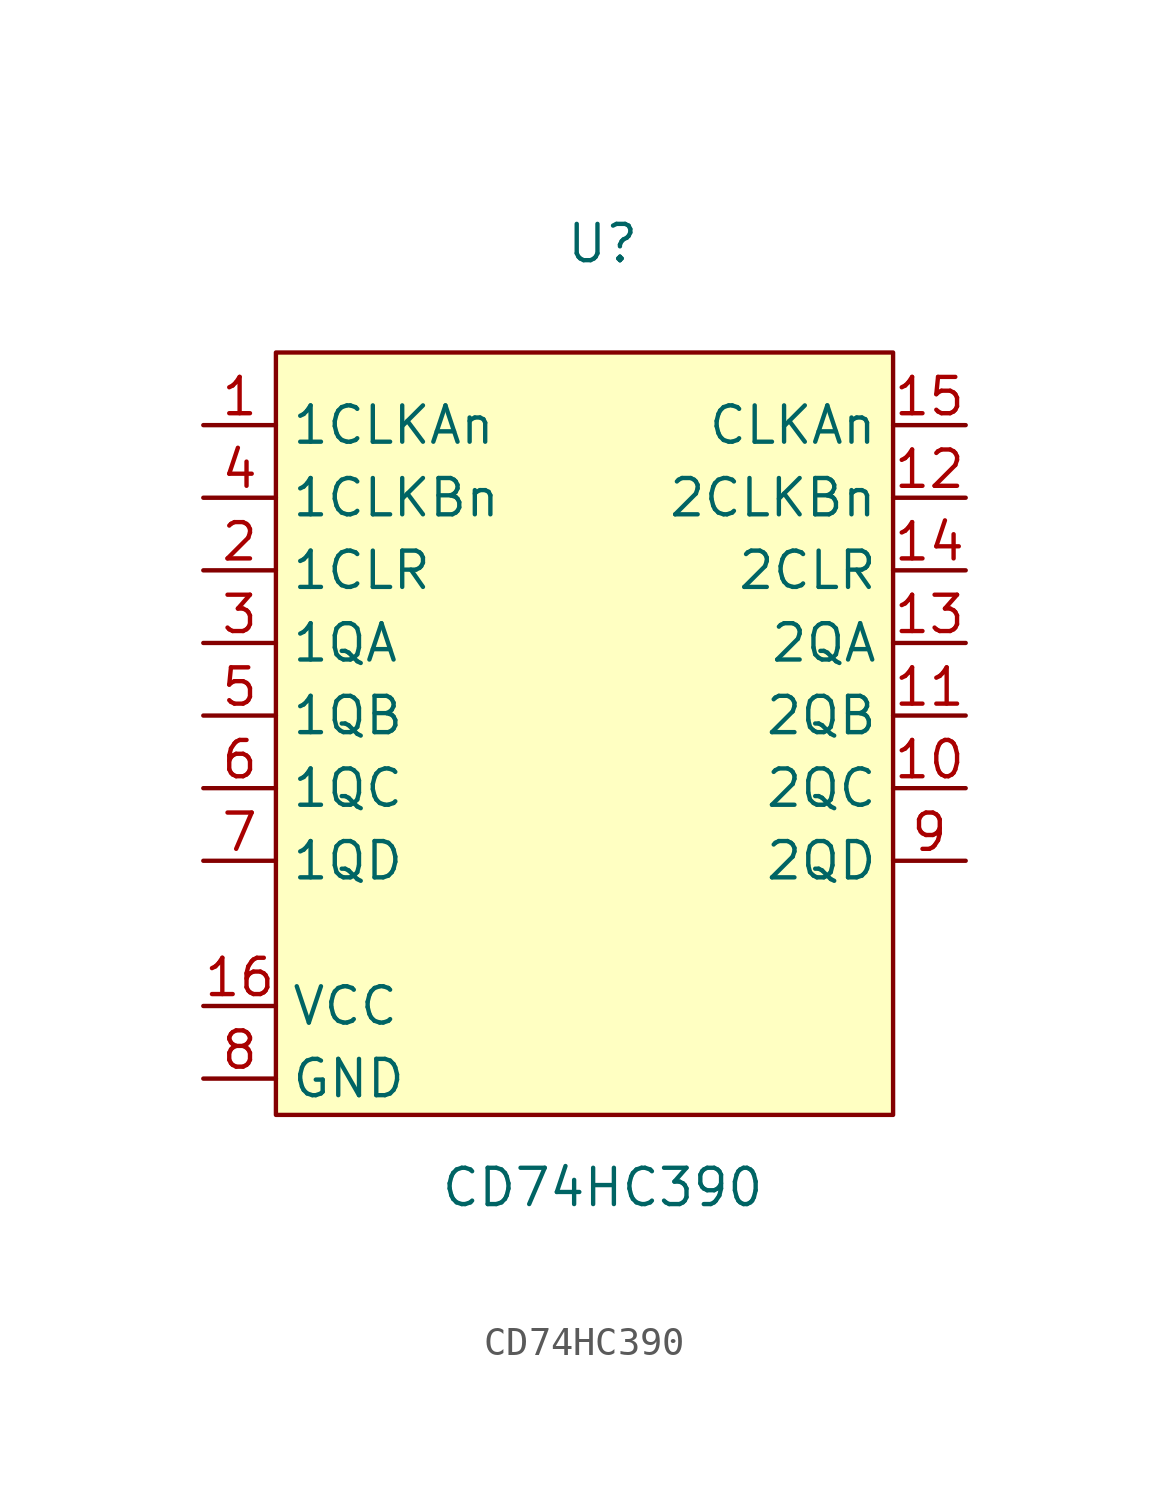
<source format=kicad_sym>
(kicad_symbol_lib
  (version 20211014)
  (generator kicad_symbol_editor)
  (symbol "CD74HC390"
    (property "Reference" "U"
      (at 0 17.78 0)
      (effects (font (size 1.27 1.27))))
    (property "Value" "CD74HC390"
      (at 0 -15.24 0)
      (effects (font (size 1.27 1.27))))
    (symbol "CD74HC390_0_1"
      (rectangle (start -11.43 13.97) (end 10.16 -12.7) (stroke (width 0) (type default) (color 0 0 0 0)) (fill (type background))))
    (symbol "CD74HC390_1_1"
      (pin input line (at -13.97 11.43 0) (length 2.54) (name "1CLKAn" (effects (font (size 1.27 1.27)))) (number "1" (effects (font (size 1.27 1.27)))))
      (pin output line (at 12.7 -1.27 180) (length 2.54) (name "2QC" (effects (font (size 1.27 1.27)))) (number "10" (effects (font (size 1.27 1.27)))))
      (pin output line (at 12.7 1.27 180) (length 2.54) (name "2QB" (effects (font (size 1.27 1.27)))) (number "11" (effects (font (size 1.27 1.27)))))
      (pin input line (at 12.7 8.89 180) (length 2.54) (name "2CLKBn" (effects (font (size 1.27 1.27)))) (number "12" (effects (font (size 1.27 1.27)))))
      (pin output line (at 12.7 3.81 180) (length 2.54) (name "2QA" (effects (font (size 1.27 1.27)))) (number "13" (effects (font (size 1.27 1.27)))))
      (pin input line (at 12.7 6.35 180) (length 2.54) (name "2CLR" (effects (font (size 1.27 1.27)))) (number "14" (effects (font (size 1.27 1.27)))))
      (pin input line (at 12.7 11.43 180) (length 2.54) (name "CLKAn" (effects (font (size 1.27 1.27)))) (number "15" (effects (font (size 1.27 1.27)))))
      (pin input line (at -13.97 -8.89 0) (length 2.54) (name "VCC" (effects (font (size 1.27 1.27)))) (number "16" (effects (font (size 1.27 1.27)))))
      (pin input line (at -13.97 6.35 0) (length 2.54) (name "1CLR" (effects (font (size 1.27 1.27)))) (number "2" (effects (font (size 1.27 1.27)))))
      (pin output line (at -13.97 3.81 0) (length 2.54) (name "1QA" (effects (font (size 1.27 1.27)))) (number "3" (effects (font (size 1.27 1.27)))))
      (pin input line (at -13.97 8.89 0) (length 2.54) (name "1CLKBn" (effects (font (size 1.27 1.27)))) (number "4" (effects (font (size 1.27 1.27)))))
      (pin output line (at -13.97 1.27 0) (length 2.54) (name "1QB" (effects (font (size 1.27 1.27)))) (number "5" (effects (font (size 1.27 1.27)))))
      (pin output line (at -13.97 -1.27 0) (length 2.54) (name "1QC" (effects (font (size 1.27 1.27)))) (number "6" (effects (font (size 1.27 1.27)))))
      (pin output line (at -13.97 -3.81 0) (length 2.54) (name "1QD" (effects (font (size 1.27 1.27)))) (number "7" (effects (font (size 1.27 1.27)))))
      (pin output line (at -13.97 -11.43 0) (length 2.54) (name "GND" (effects (font (size 1.27 1.27)))) (number "8" (effects (font (size 1.27 1.27)))))
      (pin output line (at 12.7 -3.81 180) (length 2.54) (name "2QD" (effects (font (size 1.27 1.27)))) (number "9" (effects (font (size 1.27 1.27))))))))
</source>
